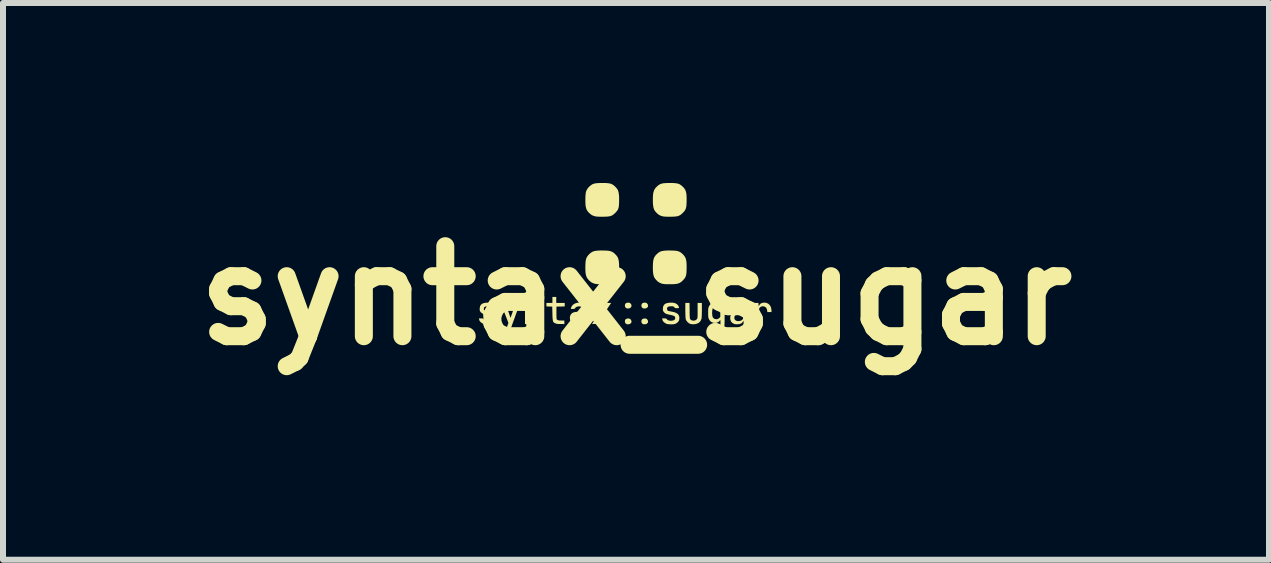
<source format=kicad_pcb>
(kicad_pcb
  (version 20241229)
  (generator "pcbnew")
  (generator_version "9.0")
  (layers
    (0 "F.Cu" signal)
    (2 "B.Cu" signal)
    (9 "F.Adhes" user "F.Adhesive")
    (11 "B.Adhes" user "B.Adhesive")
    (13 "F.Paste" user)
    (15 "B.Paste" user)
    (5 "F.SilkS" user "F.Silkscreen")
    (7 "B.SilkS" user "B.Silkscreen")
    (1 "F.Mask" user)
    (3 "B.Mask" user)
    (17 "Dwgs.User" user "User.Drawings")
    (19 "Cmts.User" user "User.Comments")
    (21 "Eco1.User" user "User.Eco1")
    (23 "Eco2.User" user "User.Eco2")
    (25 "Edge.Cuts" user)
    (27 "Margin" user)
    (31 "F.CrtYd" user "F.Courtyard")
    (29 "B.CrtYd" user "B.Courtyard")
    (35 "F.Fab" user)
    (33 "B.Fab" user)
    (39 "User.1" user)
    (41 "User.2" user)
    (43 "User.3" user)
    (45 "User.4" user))
  (footprint "syntax_sugar"
    (layer "F.Cu")
    (at 7.55 1.875)
    (property "Reference" "syntax_sugar" (at 0 0 0) (layer "F.SilkS") (effects (font (size 1.5 1.5) (thickness 0.3))))
    (attr board_only exclude_from_pos_files exclude_from_bom)
    (fp_poly (pts (xy -0.113 0.12) (xy -0.094 0.13) (xy -0.081 0.146) (xy -0.075 0.166) (xy -0.077 0.185) (xy -0.082 0.195) (xy -0.1 0.21) (xy -0.125 0.217) (xy -0.151 0.215) (xy -0.16 0.212) (xy -0.175 0.2) (xy -0.184 0.182) (xy -0.185 0.161) (xy -0.179 0.14) (xy -0.177 0.137) (xy -0.163 0.126) (xy -0.143 0.12) (xy -0.121 0.119)) (stroke (width 0) (type solid)) (fill yes) (layer "F.SilkS"))
    (fp_poly (pts (xy -0.113 0.384) (xy -0.094 0.394) (xy -0.081 0.41) (xy -0.075 0.43) (xy -0.077 0.449) (xy -0.082 0.458) (xy -0.1 0.474) (xy -0.125 0.48) (xy -0.151 0.479) (xy -0.16 0.475) (xy -0.175 0.464) (xy -0.184 0.445) (xy -0.185 0.424) (xy -0.179 0.404) (xy -0.177 0.401) (xy -0.163 0.39) (xy -0.143 0.384) (xy -0.121 0.383)) (stroke (width 0) (type solid)) (fill yes) (layer "F.SilkS"))
    (fp_poly (pts (xy 0.163 0.12) (xy 0.182 0.13) (xy 0.195 0.146) (xy 0.201 0.166) (xy 0.199 0.185) (xy 0.194 0.195) (xy 0.175 0.21) (xy 0.151 0.217) (xy 0.125 0.215) (xy 0.115 0.212) (xy 0.1 0.2) (xy 0.091 0.182) (xy 0.09 0.161) (xy 0.097 0.14) (xy 0.099 0.137) (xy 0.112 0.126) (xy 0.132 0.12) (xy 0.155 0.119)) (stroke (width 0) (type solid)) (fill yes) (layer "F.SilkS"))
    (fp_poly (pts (xy 0.163 0.384) (xy 0.182 0.394) (xy 0.195 0.41) (xy 0.201 0.43) (xy 0.199 0.449) (xy 0.194 0.458) (xy 0.175 0.474) (xy 0.151 0.48) (xy 0.125 0.479) (xy 0.115 0.475) (xy 0.1 0.464) (xy 0.091 0.445) (xy 0.09 0.424) (xy 0.097 0.404) (xy 0.099 0.401) (xy 0.112 0.39) (xy 0.132 0.384) (xy 0.155 0.383)) (stroke (width 0) (type solid)) (fill yes) (layer "F.SilkS"))
    (fp_poly (pts (xy 2.175 0.123) (xy 2.206 0.138) (xy 2.231 0.162) (xy 2.248 0.193) (xy 2.257 0.231) (xy 2.258 0.251) (xy 2.258 0.276) (xy 2.224 0.276) (xy 2.189 0.276) (xy 2.186 0.249) (xy 2.182 0.229) (xy 2.174 0.211) (xy 2.172 0.207) (xy 2.153 0.19) (xy 2.13 0.181) (xy 2.105 0.18) (xy 2.082 0.187) (xy 2.063 0.202) (xy 2.059 0.208) (xy 2.055 0.215) (xy 2.052 0.223) (xy 2.05 0.235) (xy 2.049 0.251) (xy 2.048 0.273) (xy 2.047 0.304) (xy 2.047 0.344) (xy 2.047 0.351) (xy 2.047 0.476) (xy 2.012 0.476) (xy 1.977 0.476) (xy 1.977 0.3) (xy 1.977 0.124) (xy 2.009 0.124) (xy 2.041 0.124) (xy 2.042 0.152) (xy 2.044 0.18) (xy 2.057 0.157) (xy 2.076 0.136) (xy 2.103 0.123) (xy 2.138 0.118) (xy 2.139 0.118)) (stroke (width 0) (type solid)) (fill yes) (layer "F.SilkS"))
    (fp_poly (pts (xy -1.667 0.12) (xy -1.637 0.13) (xy -1.611 0.148) (xy -1.594 0.17) (xy -1.578 0.197) (xy -1.576 0.336) (xy -1.574 0.476) (xy -1.609 0.476) (xy -1.644 0.476) (xy -1.646 0.344) (xy -1.647 0.301) (xy -1.648 0.269) (xy -1.649 0.244) (xy -1.65 0.227) (xy -1.652 0.216) (xy -1.654 0.208) (xy -1.658 0.202) (xy -1.659 0.201) (xy -1.679 0.187) (xy -1.703 0.18) (xy -1.728 0.182) (xy -1.751 0.19) (xy -1.768 0.206) (xy -1.768 0.208) (xy -1.772 0.215) (xy -1.775 0.223) (xy -1.777 0.235) (xy -1.779 0.251) (xy -1.779 0.273) (xy -1.78 0.304) (xy -1.78 0.344) (xy -1.78 0.351) (xy -1.78 0.476) (xy -1.815 0.476) (xy -1.85 0.476) (xy -1.85 0.3) (xy -1.85 0.124) (xy -1.815 0.124) (xy -1.78 0.124) (xy -1.779 0.152) (xy -1.779 0.167) (xy -1.777 0.172) (xy -1.774 0.168) (xy -1.766 0.155) (xy -1.756 0.143) (xy -1.729 0.126) (xy -1.699 0.118)) (stroke (width 0) (type solid)) (fill yes) (layer "F.SilkS"))
    (fp_poly (pts (xy -1.329 0.074) (xy -1.329 0.124) (xy -1.258 0.124) (xy -1.188 0.124) (xy -1.188 0.153) (xy -1.188 0.182) (xy -1.257 0.184) (xy -1.326 0.185) (xy -1.326 0.29) (xy -1.326 0.327) (xy -1.325 0.355) (xy -1.325 0.374) (xy -1.323 0.387) (xy -1.321 0.395) (xy -1.318 0.401) (xy -1.313 0.405) (xy -1.312 0.406) (xy -1.303 0.411) (xy -1.29 0.415) (xy -1.272 0.416) (xy -1.246 0.417) (xy -1.194 0.417) (xy -1.194 0.446) (xy -1.194 0.476) (xy -1.257 0.475) (xy -1.289 0.475) (xy -1.313 0.473) (xy -1.33 0.469) (xy -1.344 0.464) (xy -1.359 0.457) (xy -1.37 0.449) (xy -1.378 0.44) (xy -1.384 0.426) (xy -1.387 0.407) (xy -1.39 0.382) (xy -1.392 0.347) (xy -1.393 0.303) (xy -1.393 0.303) (xy -1.396 0.185) (xy -1.444 0.184) (xy -1.493 0.182) (xy -1.493 0.153) (xy -1.493 0.124) (xy -1.443 0.124) (xy -1.393 0.124) (xy -1.393 0.074) (xy -1.393 0.024) (xy -1.361 0.024) (xy -1.329 0.024)) (stroke (width 0) (type solid)) (fill yes) (layer "F.SilkS"))
    (fp_poly (pts (xy -1.956 0.187) (xy -1.963 0.209) (xy -1.975 0.24) (xy -1.988 0.278) (xy -2.004 0.32) (xy -2.02 0.366) (xy -2.037 0.412) (xy -2.04 0.42) (xy -2.101 0.59) (xy -2.137 0.592) (xy -2.155 0.592) (xy -2.168 0.591) (xy -2.172 0.589) (xy -2.171 0.582) (xy -2.165 0.566) (xy -2.158 0.544) (xy -2.149 0.521) (xy -2.126 0.457) (xy -2.188 0.298) (xy -2.204 0.257) (xy -2.218 0.219) (xy -2.231 0.187) (xy -2.241 0.16) (xy -2.249 0.142) (xy -2.253 0.132) (xy -2.253 0.131) (xy -2.251 0.127) (xy -2.241 0.125) (xy -2.221 0.124) (xy -2.218 0.124) (xy -2.196 0.124) (xy -2.183 0.127) (xy -2.177 0.131) (xy -2.176 0.134) (xy -2.168 0.153) (xy -2.159 0.177) (xy -2.149 0.207) (xy -2.138 0.238) (xy -2.126 0.27) (xy -2.116 0.3) (xy -2.107 0.326) (xy -2.101 0.346) (xy -2.097 0.359) (xy -2.096 0.361) (xy -2.095 0.369) (xy -2.092 0.369) (xy -2.087 0.359) (xy -2.08 0.341) (xy -2.069 0.312) (xy -2.056 0.273) (xy -2.048 0.247) (xy -2.008 0.124) (xy -1.97 0.124) (xy -1.933 0.124)) (stroke (width 0) (type solid)) (fill yes) (layer "F.SilkS"))
    (fp_poly (pts (xy 0.894 0.255) (xy 0.894 0.298) (xy 0.895 0.331) (xy 0.896 0.355) (xy 0.897 0.372) (xy 0.899 0.384) (xy 0.902 0.392) (xy 0.905 0.397) (xy 0.907 0.399) (xy 0.926 0.413) (xy 0.951 0.419) (xy 0.976 0.418) (xy 0.998 0.409) (xy 1.015 0.393) (xy 1.016 0.392) (xy 1.02 0.385) (xy 1.023 0.376) (xy 1.025 0.365) (xy 1.026 0.349) (xy 1.027 0.326) (xy 1.027 0.296) (xy 1.027 0.256) (xy 1.027 0.248) (xy 1.027 0.124) (xy 1.063 0.124) (xy 1.098 0.124) (xy 1.098 0.245) (xy 1.097 0.284) (xy 1.097 0.319) (xy 1.095 0.349) (xy 1.094 0.373) (xy 1.092 0.387) (xy 1.092 0.388) (xy 1.077 0.423) (xy 1.053 0.45) (xy 1.022 0.468) (xy 0.983 0.478) (xy 0.966 0.479) (xy 0.942 0.479) (xy 0.92 0.477) (xy 0.905 0.474) (xy 0.882 0.462) (xy 0.86 0.444) (xy 0.841 0.421) (xy 0.83 0.399) (xy 0.829 0.396) (xy 0.827 0.383) (xy 0.825 0.359) (xy 0.824 0.327) (xy 0.823 0.29) (xy 0.822 0.248) (xy 0.822 0.124) (xy 0.857 0.124) (xy 0.892 0.124)) (stroke (width 0) (type solid)) (fill yes) (layer "F.SilkS"))
    (fp_poly (pts (xy -0.467 0.203) (xy -0.485 0.231) (xy -0.501 0.255) (xy -0.514 0.274) (xy -0.522 0.287) (xy -0.524 0.291) (xy -0.521 0.298) (xy -0.514 0.314) (xy -0.501 0.335) (xy -0.484 0.361) (xy -0.471 0.38) (xy -0.453 0.407) (xy -0.436 0.432) (xy -0.423 0.451) (xy -0.415 0.464) (xy -0.412 0.468) (xy -0.413 0.472) (xy -0.421 0.475) (xy -0.439 0.475) (xy -0.448 0.475) (xy -0.488 0.475) (xy -0.524 0.418) (xy -0.539 0.394) (xy -0.551 0.373) (xy -0.56 0.358) (xy -0.564 0.351) (xy -0.568 0.349) (xy -0.574 0.355) (xy -0.585 0.369) (xy -0.601 0.393) (xy -0.61 0.407) (xy -0.652 0.473) (xy -0.692 0.474) (xy -0.733 0.476) (xy -0.722 0.46) (xy -0.715 0.449) (xy -0.703 0.431) (xy -0.687 0.407) (xy -0.669 0.381) (xy -0.661 0.369) (xy -0.612 0.294) (xy -0.668 0.209) (xy -0.725 0.124) (xy -0.685 0.124) (xy -0.646 0.124) (xy -0.616 0.172) (xy -0.602 0.195) (xy -0.59 0.215) (xy -0.581 0.23) (xy -0.579 0.234) (xy -0.575 0.239) (xy -0.572 0.24) (xy -0.567 0.236) (xy -0.559 0.226) (xy -0.547 0.208) (xy -0.533 0.186) (xy -0.494 0.124) (xy -0.454 0.124) (xy -0.414 0.124)) (stroke (width 0) (type solid)) (fill yes) (layer "F.SilkS"))
    (fp_poly (pts (xy -0.513 -1.875) (xy -0.473 -1.872) (xy -0.441 -1.868) (xy -0.415 -1.861) (xy -0.392 -1.85) (xy -0.371 -1.836) (xy -0.357 -1.824) (xy -0.334 -1.801) (xy -0.315 -1.778) (xy -0.301 -1.754) (xy -0.292 -1.727) (xy -0.286 -1.693) (xy -0.282 -1.653) (xy -0.281 -1.603) (xy -0.281 -1.594) (xy -0.282 -1.545) (xy -0.284 -1.505) (xy -0.288 -1.474) (xy -0.295 -1.448) (xy -0.305 -1.425) (xy -0.32 -1.405) (xy -0.338 -1.384) (xy -0.345 -1.377) (xy -0.367 -1.357) (xy -0.387 -1.341) (xy -0.408 -1.33) (xy -0.432 -1.322) (xy -0.461 -1.317) (xy -0.497 -1.314) (xy -0.542 -1.313) (xy -0.565 -1.313) (xy -0.605 -1.313) (xy -0.635 -1.314) (xy -0.658 -1.316) (xy -0.677 -1.319) (xy -0.694 -1.323) (xy -0.701 -1.325) (xy -0.738 -1.341) (xy -0.768 -1.364) (xy -0.792 -1.387) (xy -0.81 -1.41) (xy -0.824 -1.434) (xy -0.833 -1.462) (xy -0.84 -1.495) (xy -0.843 -1.536) (xy -0.844 -1.586) (xy -0.844 -1.594) (xy -0.843 -1.646) (xy -0.84 -1.688) (xy -0.835 -1.722) (xy -0.826 -1.75) (xy -0.812 -1.775) (xy -0.795 -1.798) (xy -0.772 -1.821) (xy -0.768 -1.824) (xy -0.747 -1.841) (xy -0.726 -1.854) (xy -0.702 -1.863) (xy -0.674 -1.87) (xy -0.64 -1.873) (xy -0.597 -1.875) (xy -0.563 -1.875)) (stroke (width 0) (type solid)) (fill yes) (layer "F.SilkS"))
    (fp_poly (pts (xy -0.513 -0.749) (xy -0.473 -0.747) (xy -0.441 -0.743) (xy -0.415 -0.735) (xy -0.392 -0.725) (xy -0.371 -0.711) (xy -0.357 -0.699) (xy -0.334 -0.676) (xy -0.315 -0.653) (xy -0.301 -0.629) (xy -0.292 -0.601) (xy -0.286 -0.568) (xy -0.282 -0.528) (xy -0.281 -0.478) (xy -0.281 -0.468) (xy -0.282 -0.419) (xy -0.284 -0.38) (xy -0.288 -0.348) (xy -0.295 -0.322) (xy -0.305 -0.3) (xy -0.32 -0.279) (xy -0.338 -0.258) (xy -0.345 -0.251) (xy -0.367 -0.231) (xy -0.387 -0.216) (xy -0.408 -0.205) (xy -0.432 -0.197) (xy -0.461 -0.192) (xy -0.497 -0.189) (xy -0.542 -0.188) (xy -0.565 -0.188) (xy -0.605 -0.188) (xy -0.635 -0.189) (xy -0.658 -0.191) (xy -0.677 -0.194) (xy -0.694 -0.197) (xy -0.701 -0.2) (xy -0.738 -0.216) (xy -0.768 -0.238) (xy -0.792 -0.262) (xy -0.81 -0.285) (xy -0.824 -0.309) (xy -0.833 -0.337) (xy -0.84 -0.37) (xy -0.843 -0.41) (xy -0.844 -0.46) (xy -0.844 -0.469) (xy -0.843 -0.52) (xy -0.84 -0.562) (xy -0.835 -0.597) (xy -0.826 -0.625) (xy -0.812 -0.65) (xy -0.795 -0.673) (xy -0.772 -0.696) (xy -0.768 -0.699) (xy -0.747 -0.716) (xy -0.726 -0.729) (xy -0.702 -0.738) (xy -0.674 -0.744) (xy -0.64 -0.748) (xy -0.597 -0.75) (xy -0.563 -0.75)) (stroke (width 0) (type solid)) (fill yes) (layer "F.SilkS"))
    (fp_poly (pts (xy 0.612 -1.875) (xy 0.652 -1.872) (xy 0.684 -1.868) (xy 0.711 -1.861) (xy 0.733 -1.85) (xy 0.754 -1.836) (xy 0.768 -1.824) (xy 0.792 -1.801) (xy 0.81 -1.778) (xy 0.824 -1.754) (xy 0.833 -1.727) (xy 0.84 -1.693) (xy 0.843 -1.653) (xy 0.844 -1.603) (xy 0.844 -1.594) (xy 0.843 -1.545) (xy 0.841 -1.505) (xy 0.837 -1.474) (xy 0.83 -1.448) (xy 0.82 -1.425) (xy 0.806 -1.405) (xy 0.787 -1.384) (xy 0.78 -1.377) (xy 0.759 -1.357) (xy 0.738 -1.341) (xy 0.717 -1.33) (xy 0.693 -1.322) (xy 0.664 -1.317) (xy 0.628 -1.314) (xy 0.583 -1.313) (xy 0.561 -1.313) (xy 0.521 -1.313) (xy 0.49 -1.314) (xy 0.467 -1.316) (xy 0.448 -1.319) (xy 0.432 -1.323) (xy 0.424 -1.325) (xy 0.387 -1.341) (xy 0.357 -1.364) (xy 0.334 -1.387) (xy 0.315 -1.41) (xy 0.301 -1.434) (xy 0.292 -1.462) (xy 0.286 -1.495) (xy 0.282 -1.536) (xy 0.281 -1.586) (xy 0.281 -1.594) (xy 0.282 -1.646) (xy 0.285 -1.688) (xy 0.291 -1.722) (xy 0.3 -1.75) (xy 0.313 -1.775) (xy 0.33 -1.798) (xy 0.354 -1.821) (xy 0.357 -1.824) (xy 0.378 -1.841) (xy 0.399 -1.854) (xy 0.423 -1.863) (xy 0.451 -1.87) (xy 0.485 -1.873) (xy 0.528 -1.875) (xy 0.563 -1.875)) (stroke (width 0) (type solid)) (fill yes) (layer "F.SilkS"))
    (fp_poly (pts (xy 0.612 -0.749) (xy 0.652 -0.747) (xy 0.684 -0.743) (xy 0.711 -0.735) (xy 0.733 -0.725) (xy 0.754 -0.711) (xy 0.768 -0.699) (xy 0.792 -0.676) (xy 0.81 -0.653) (xy 0.824 -0.629) (xy 0.833 -0.601) (xy 0.84 -0.568) (xy 0.843 -0.528) (xy 0.844 -0.478) (xy 0.844 -0.468) (xy 0.843 -0.419) (xy 0.841 -0.38) (xy 0.837 -0.348) (xy 0.83 -0.322) (xy 0.82 -0.3) (xy 0.806 -0.279) (xy 0.787 -0.258) (xy 0.78 -0.251) (xy 0.759 -0.231) (xy 0.738 -0.216) (xy 0.717 -0.205) (xy 0.693 -0.197) (xy 0.664 -0.192) (xy 0.628 -0.189) (xy 0.583 -0.188) (xy 0.561 -0.188) (xy 0.521 -0.188) (xy 0.49 -0.189) (xy 0.467 -0.191) (xy 0.448 -0.194) (xy 0.432 -0.197) (xy 0.424 -0.2) (xy 0.387 -0.216) (xy 0.357 -0.238) (xy 0.334 -0.262) (xy 0.315 -0.285) (xy 0.301 -0.309) (xy 0.292 -0.337) (xy 0.286 -0.37) (xy 0.282 -0.41) (xy 0.281 -0.46) (xy 0.281 -0.469) (xy 0.282 -0.52) (xy 0.285 -0.562) (xy 0.291 -0.597) (xy 0.3 -0.625) (xy 0.313 -0.65) (xy 0.33 -0.673) (xy 0.354 -0.696) (xy 0.357 -0.699) (xy 0.378 -0.716) (xy 0.399 -0.729) (xy 0.423 -0.738) (xy 0.451 -0.744) (xy 0.485 -0.748) (xy 0.528 -0.75) (xy 0.563 -0.75)) (stroke (width 0) (type solid)) (fill yes) (layer "F.SilkS"))
    (fp_poly (pts (xy -0.916 0.12) (xy -0.884 0.13) (xy -0.855 0.147) (xy -0.833 0.171) (xy -0.826 0.182) (xy -0.822 0.191) (xy -0.819 0.2) (xy -0.816 0.211) (xy -0.815 0.225) (xy -0.814 0.245) (xy -0.813 0.271) (xy -0.813 0.307) (xy -0.813 0.342) (xy -0.813 0.476) (xy -0.845 0.476) (xy -0.877 0.476) (xy -0.878 0.448) (xy -0.88 0.42) (xy -0.891 0.438) (xy -0.904 0.454) (xy -0.92 0.467) (xy -0.92 0.467) (xy -0.94 0.474) (xy -0.967 0.479) (xy -0.996 0.48) (xy -1.023 0.477) (xy -1.037 0.473) (xy -1.067 0.457) (xy -1.088 0.435) (xy -1.099 0.405) (xy -1.101 0.383) (xy -1.033 0.383) (xy -1.024 0.403) (xy -1.007 0.418) (xy -0.984 0.426) (xy -0.957 0.427) (xy -0.927 0.42) (xy -0.925 0.419) (xy -0.903 0.407) (xy -0.89 0.391) (xy -0.884 0.367) (xy -0.883 0.349) (xy -0.883 0.316) (xy -0.944 0.318) (xy -0.977 0.32) (xy -1.001 0.324) (xy -1.016 0.33) (xy -1.026 0.34) (xy -1.032 0.355) (xy -1.033 0.359) (xy -1.033 0.383) (xy -1.101 0.383) (xy -1.102 0.375) (xy -1.1 0.35) (xy -1.094 0.332) (xy -1.087 0.318) (xy -1.073 0.301) (xy -1.058 0.289) (xy -1.038 0.281) (xy -1.012 0.275) (xy -0.977 0.272) (xy -0.955 0.271) (xy -0.883 0.269) (xy -0.883 0.247) (xy -0.887 0.218) (xy -0.898 0.198) (xy -0.915 0.187) (xy -0.938 0.182) (xy -0.963 0.182) (xy -0.987 0.188) (xy -1.005 0.198) (xy -1.015 0.212) (xy -1.019 0.218) (xy -1.027 0.222) (xy -1.042 0.223) (xy -1.053 0.224) (xy -1.087 0.224) (xy -1.082 0.204) (xy -1.068 0.174) (xy -1.046 0.151) (xy -1.017 0.133) (xy -0.985 0.122) (xy -0.951 0.118)) (stroke (width 0) (type solid)) (fill yes) (layer "F.SilkS"))
    (fp_poly (pts (xy 1.756 0.12) (xy 1.789 0.13) (xy 1.817 0.147) (xy 1.84 0.171) (xy 1.846 0.182) (xy 1.851 0.191) (xy 1.854 0.2) (xy 1.856 0.211) (xy 1.858 0.225) (xy 1.859 0.245) (xy 1.859 0.271) (xy 1.86 0.307) (xy 1.86 0.342) (xy 1.86 0.476) (xy 1.828 0.476) (xy 1.796 0.476) (xy 1.794 0.448) (xy 1.792 0.42) (xy 1.781 0.438) (xy 1.768 0.454) (xy 1.753 0.467) (xy 1.752 0.467) (xy 1.732 0.474) (xy 1.705 0.479) (xy 1.676 0.48) (xy 1.649 0.477) (xy 1.635 0.473) (xy 1.605 0.457) (xy 1.585 0.435) (xy 1.573 0.405) (xy 1.571 0.383) (xy 1.639 0.383) (xy 1.648 0.403) (xy 1.665 0.418) (xy 1.688 0.426) (xy 1.715 0.427) (xy 1.745 0.42) (xy 1.748 0.419) (xy 1.769 0.407) (xy 1.782 0.391) (xy 1.788 0.367) (xy 1.789 0.349) (xy 1.789 0.316) (xy 1.728 0.318) (xy 1.695 0.32) (xy 1.672 0.324) (xy 1.656 0.33) (xy 1.646 0.34) (xy 1.641 0.355) (xy 1.64 0.359) (xy 1.639 0.383) (xy 1.571 0.383) (xy 1.571 0.375) (xy 1.572 0.35) (xy 1.578 0.332) (xy 1.586 0.318) (xy 1.599 0.301) (xy 1.614 0.289) (xy 1.634 0.281) (xy 1.66 0.275) (xy 1.695 0.272) (xy 1.717 0.271) (xy 1.789 0.269) (xy 1.789 0.247) (xy 1.786 0.218) (xy 1.774 0.198) (xy 1.758 0.187) (xy 1.734 0.182) (xy 1.709 0.182) (xy 1.686 0.188) (xy 1.668 0.198) (xy 1.657 0.212) (xy 1.654 0.218) (xy 1.646 0.222) (xy 1.63 0.223) (xy 1.619 0.224) (xy 1.585 0.224) (xy 1.59 0.204) (xy 1.605 0.174) (xy 1.627 0.151) (xy 1.655 0.133) (xy 1.687 0.122) (xy 1.722 0.118)) (stroke (width 0) (type solid)) (fill yes) (layer "F.SilkS"))
    (fp_poly (pts (xy -2.439 0.12) (xy -2.402 0.128) (xy -2.372 0.144) (xy -2.351 0.167) (xy -2.345 0.177) (xy -2.337 0.195) (xy -2.338 0.205) (xy -2.347 0.21) (xy -2.366 0.212) (xy -2.369 0.212) (xy -2.389 0.211) (xy -2.402 0.207) (xy -2.412 0.2) (xy -2.416 0.196) (xy -2.424 0.187) (xy -2.433 0.182) (xy -2.446 0.18) (xy -2.467 0.18) (xy -2.471 0.18) (xy -2.5 0.182) (xy -2.52 0.188) (xy -2.531 0.199) (xy -2.536 0.216) (xy -2.536 0.224) (xy -2.535 0.237) (xy -2.531 0.247) (xy -2.521 0.254) (xy -2.505 0.259) (xy -2.48 0.265) (xy -2.461 0.268) (xy -2.415 0.278) (xy -2.38 0.292) (xy -2.355 0.309) (xy -2.339 0.331) (xy -2.332 0.358) (xy -2.331 0.374) (xy -2.332 0.396) (xy -2.336 0.415) (xy -2.339 0.422) (xy -2.357 0.445) (xy -2.381 0.464) (xy -2.406 0.475) (xy -2.428 0.479) (xy -2.457 0.481) (xy -2.488 0.48) (xy -2.517 0.478) (xy -2.539 0.474) (xy -2.544 0.473) (xy -2.565 0.462) (xy -2.585 0.447) (xy -2.601 0.43) (xy -2.606 0.423) (xy -2.611 0.411) (xy -2.614 0.398) (xy -2.618 0.382) (xy -2.584 0.382) (xy -2.563 0.382) (xy -2.551 0.385) (xy -2.543 0.391) (xy -2.539 0.396) (xy -2.525 0.409) (xy -2.501 0.418) (xy -2.473 0.421) (xy -2.453 0.42) (xy -2.425 0.413) (xy -2.407 0.401) (xy -2.4 0.383) (xy -2.399 0.376) (xy -2.401 0.361) (xy -2.408 0.349) (xy -2.422 0.34) (xy -2.444 0.332) (xy -2.476 0.324) (xy -2.483 0.323) (xy -2.52 0.315) (xy -2.547 0.307) (xy -2.567 0.296) (xy -2.583 0.283) (xy -2.594 0.27) (xy -2.602 0.256) (xy -2.605 0.241) (xy -2.605 0.222) (xy -2.605 0.214) (xy -2.599 0.181) (xy -2.586 0.156) (xy -2.565 0.138) (xy -2.535 0.126) (xy -2.496 0.12) (xy -2.486 0.119)) (stroke (width 0) (type solid)) (fill yes) (layer "F.SilkS"))
    (fp_poly (pts (xy 0.614 0.12) (xy 0.652 0.128) (xy 0.681 0.144) (xy 0.703 0.167) (xy 0.708 0.177) (xy 0.716 0.195) (xy 0.716 0.205) (xy 0.707 0.21) (xy 0.687 0.212) (xy 0.684 0.212) (xy 0.664 0.211) (xy 0.651 0.207) (xy 0.642 0.2) (xy 0.638 0.196) (xy 0.63 0.187) (xy 0.621 0.182) (xy 0.607 0.18) (xy 0.587 0.18) (xy 0.583 0.18) (xy 0.553 0.182) (xy 0.534 0.188) (xy 0.522 0.199) (xy 0.518 0.216) (xy 0.518 0.224) (xy 0.519 0.237) (xy 0.523 0.247) (xy 0.532 0.254) (xy 0.549 0.259) (xy 0.574 0.265) (xy 0.592 0.268) (xy 0.638 0.278) (xy 0.673 0.292) (xy 0.698 0.309) (xy 0.714 0.331) (xy 0.722 0.358) (xy 0.723 0.374) (xy 0.721 0.396) (xy 0.717 0.415) (xy 0.714 0.422) (xy 0.697 0.445) (xy 0.672 0.464) (xy 0.648 0.475) (xy 0.626 0.479) (xy 0.597 0.481) (xy 0.566 0.48) (xy 0.537 0.478) (xy 0.514 0.474) (xy 0.51 0.473) (xy 0.489 0.462) (xy 0.468 0.447) (xy 0.452 0.43) (xy 0.447 0.423) (xy 0.443 0.411) (xy 0.439 0.398) (xy 0.435 0.382) (xy 0.47 0.382) (xy 0.49 0.382) (xy 0.502 0.385) (xy 0.51 0.391) (xy 0.514 0.396) (xy 0.529 0.409) (xy 0.552 0.418) (xy 0.58 0.421) (xy 0.6 0.42) (xy 0.628 0.413) (xy 0.646 0.401) (xy 0.654 0.383) (xy 0.654 0.376) (xy 0.652 0.361) (xy 0.645 0.349) (xy 0.631 0.34) (xy 0.609 0.332) (xy 0.577 0.324) (xy 0.571 0.323) (xy 0.534 0.315) (xy 0.506 0.307) (xy 0.486 0.296) (xy 0.47 0.283) (xy 0.46 0.27) (xy 0.452 0.256) (xy 0.448 0.241) (xy 0.448 0.222) (xy 0.448 0.214) (xy 0.454 0.181) (xy 0.467 0.156) (xy 0.488 0.138) (xy 0.518 0.126) (xy 0.558 0.12) (xy 0.568 0.119)) (stroke (width 0) (type solid)) (fill yes) (layer "F.SilkS"))
    (fp_poly (pts (xy 1.352 0.124) (xy 1.378 0.137) (xy 1.397 0.157) (xy 1.403 0.168) (xy 1.406 0.172) (xy 1.407 0.166) (xy 1.408 0.152) (xy 1.408 0.124) (xy 1.444 0.124) (xy 1.479 0.124) (xy 1.478 0.322) (xy 1.477 0.375) (xy 1.477 0.418) (xy 1.476 0.452) (xy 1.475 0.478) (xy 1.474 0.497) (xy 1.473 0.512) (xy 1.471 0.522) (xy 1.469 0.529) (xy 1.466 0.536) (xy 1.462 0.541) (xy 1.449 0.559) (xy 1.435 0.572) (xy 1.417 0.581) (xy 1.394 0.587) (xy 1.363 0.59) (xy 1.328 0.592) (xy 1.25 0.594) (xy 1.25 0.564) (xy 1.25 0.534) (xy 1.301 0.534) (xy 1.341 0.533) (xy 1.369 0.529) (xy 1.389 0.522) (xy 1.4 0.512) (xy 1.403 0.507) (xy 1.405 0.496) (xy 1.407 0.48) (xy 1.408 0.461) (xy 1.408 0.441) (xy 1.407 0.424) (xy 1.406 0.411) (xy 1.404 0.406) (xy 1.403 0.408) (xy 1.388 0.43) (xy 1.365 0.446) (xy 1.337 0.456) (xy 1.306 0.457) (xy 1.275 0.45) (xy 1.261 0.444) (xy 1.242 0.431) (xy 1.226 0.412) (xy 1.219 0.4) (xy 1.213 0.387) (xy 1.208 0.375) (xy 1.206 0.362) (xy 1.204 0.345) (xy 1.203 0.322) (xy 1.203 0.29) (xy 1.203 0.288) (xy 1.203 0.283) (xy 1.269 0.283) (xy 1.269 0.301) (xy 1.272 0.335) (xy 1.278 0.359) (xy 1.289 0.376) (xy 1.305 0.387) (xy 1.315 0.391) (xy 1.344 0.396) (xy 1.369 0.389) (xy 1.388 0.375) (xy 1.405 0.358) (xy 1.405 0.288) (xy 1.405 0.218) (xy 1.387 0.2) (xy 1.373 0.188) (xy 1.357 0.182) (xy 1.341 0.181) (xy 1.314 0.184) (xy 1.294 0.196) (xy 1.279 0.215) (xy 1.271 0.244) (xy 1.269 0.283) (xy 1.203 0.283) (xy 1.203 0.255) (xy 1.204 0.232) (xy 1.205 0.215) (xy 1.208 0.202) (xy 1.213 0.19) (xy 1.219 0.177) (xy 1.219 0.176) (xy 1.234 0.153) (xy 1.251 0.138) (xy 1.261 0.132) (xy 1.291 0.121) (xy 1.323 0.119)) (stroke (width 0) (type solid)) (fill yes) (layer "F.SilkS")))
  (gr_rect
    (start -3 -3)
    (end 18.1 6.279)
    (stroke (width 0.1) (type default))
    (fill no)
    (layer "Edge.Cuts")))
</source>
